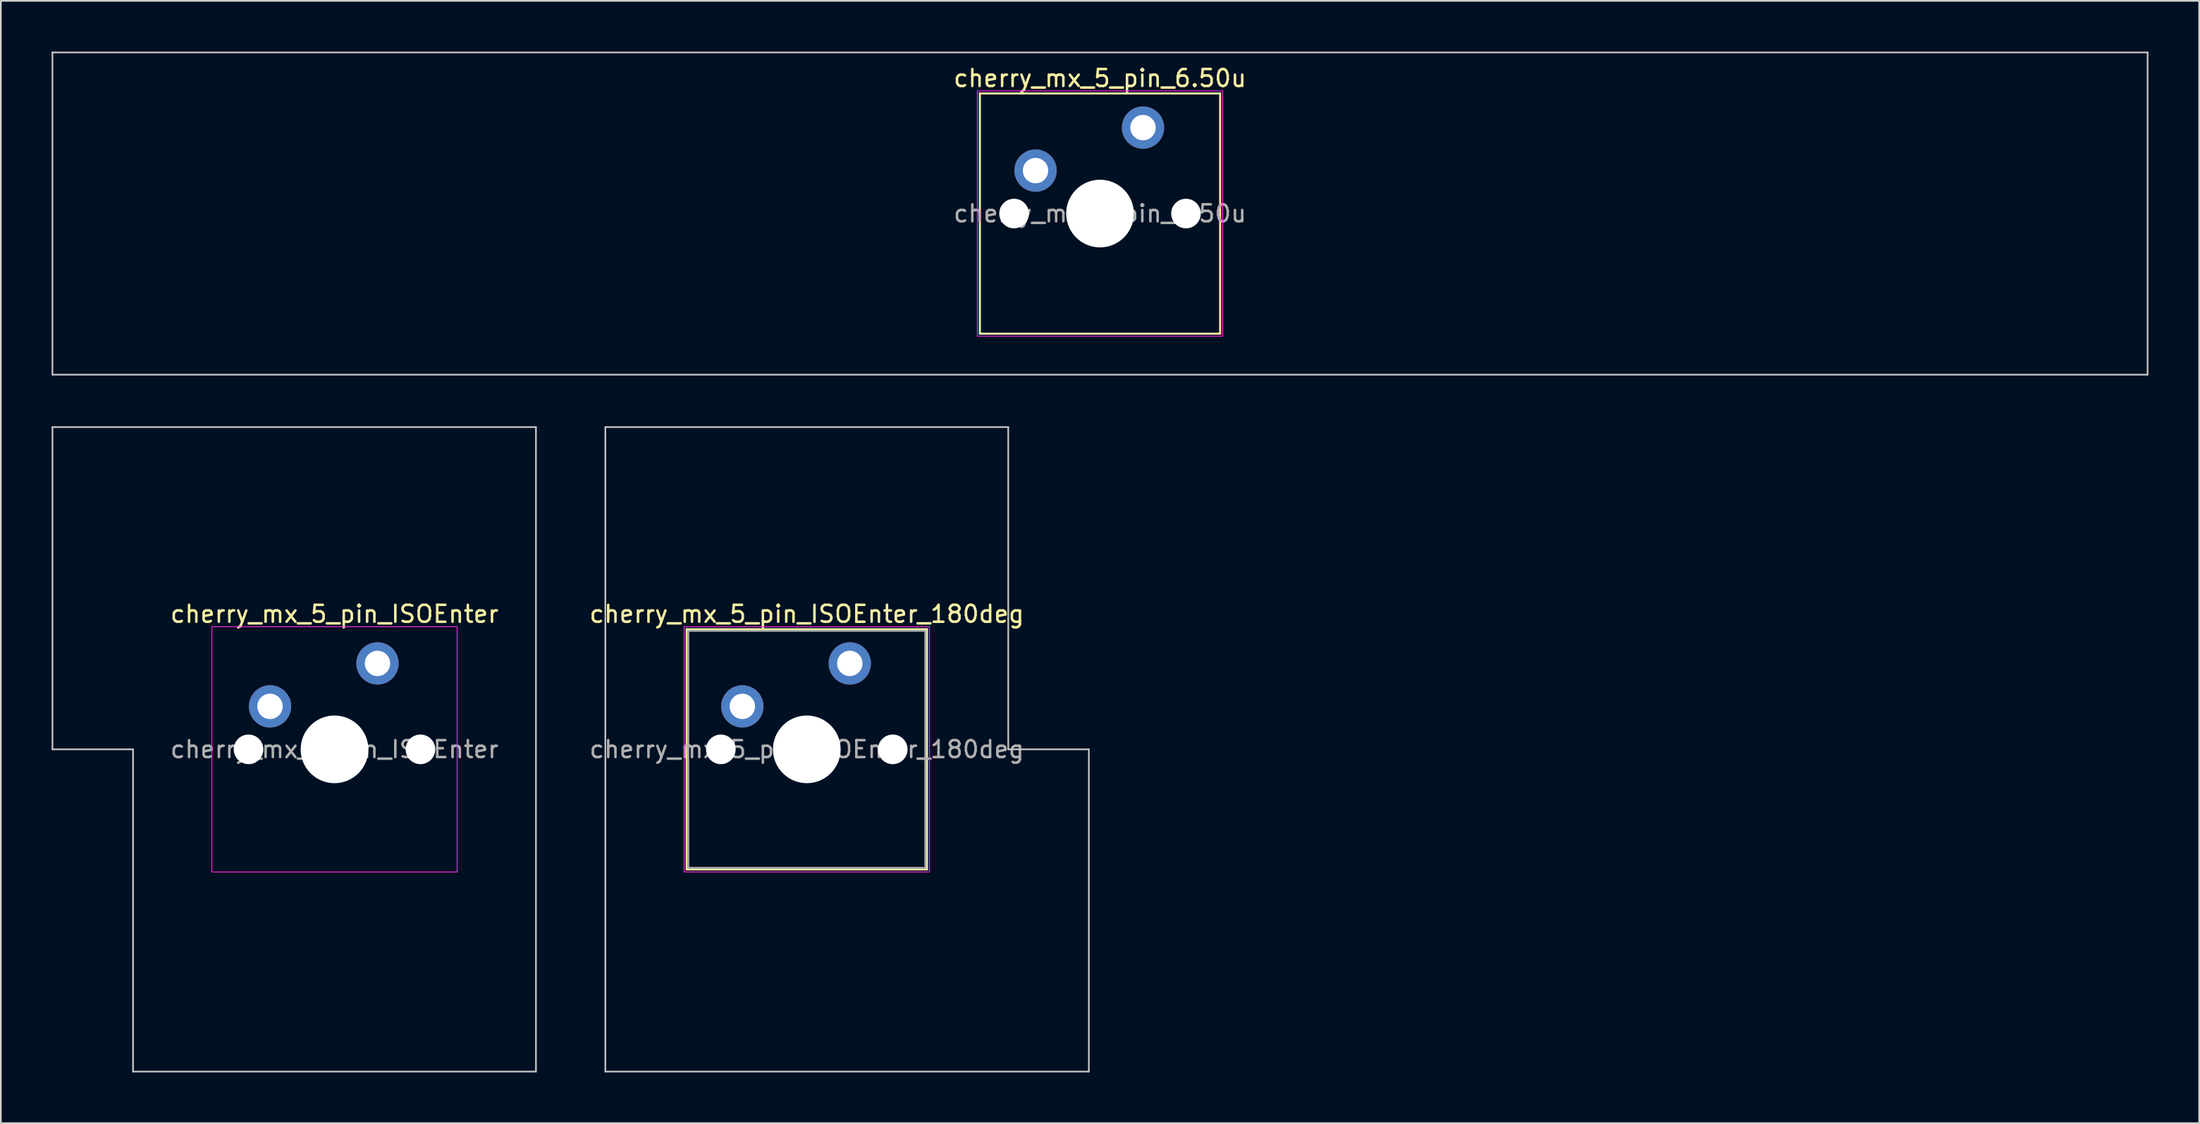
<source format=kicad_pcb>
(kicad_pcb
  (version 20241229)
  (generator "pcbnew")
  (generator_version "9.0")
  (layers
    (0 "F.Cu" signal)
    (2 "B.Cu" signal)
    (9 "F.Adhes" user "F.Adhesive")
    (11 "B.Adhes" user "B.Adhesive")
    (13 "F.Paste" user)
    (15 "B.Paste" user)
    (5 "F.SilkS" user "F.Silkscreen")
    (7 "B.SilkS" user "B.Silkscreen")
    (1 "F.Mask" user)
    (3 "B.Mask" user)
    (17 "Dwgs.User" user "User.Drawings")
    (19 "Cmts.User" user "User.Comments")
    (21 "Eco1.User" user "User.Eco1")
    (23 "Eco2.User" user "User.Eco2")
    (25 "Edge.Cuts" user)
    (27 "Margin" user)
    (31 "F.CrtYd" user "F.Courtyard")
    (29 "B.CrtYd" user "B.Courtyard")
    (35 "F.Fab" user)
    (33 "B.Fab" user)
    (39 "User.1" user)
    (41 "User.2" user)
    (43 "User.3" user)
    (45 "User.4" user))
  (footprint "cherry_mx_5_pin_6.50u"
    (layer "F.Cu")
    (at 61.962 9.575)
    (property "Reference" "cherry_mx_5_pin_6.50u" (at 0 -8 0) (layer "F.SilkS") (effects (font (size 1 1) (thickness 0.15))))
    (attr through_hole)
    (fp_line (start -7.1 -7.1) (end -7.1 7.1) (stroke (width 0.12) (type solid)) (layer "F.SilkS"))
    (fp_line (start -7.1 7.1) (end 7.1 7.1) (stroke (width 0.12) (type solid)) (layer "F.SilkS"))
    (fp_line (start 7.1 -7.1) (end -7.1 -7.1) (stroke (width 0.12) (type solid)) (layer "F.SilkS"))
    (fp_line (start 7.1 7.1) (end 7.1 -7.1) (stroke (width 0.12) (type solid)) (layer "F.SilkS"))
    (fp_line (start -61.913 -9.525) (end -61.913 9.525) (stroke (width 0.1) (type solid)) (layer "Dwgs.User"))
    (fp_line (start -61.913 9.525) (end 61.913 9.525) (stroke (width 0.1) (type solid)) (layer "Dwgs.User"))
    (fp_line (start 61.913 -9.525) (end -61.913 -9.525) (stroke (width 0.1) (type solid)) (layer "Dwgs.User"))
    (fp_line (start 61.913 9.525) (end 61.913 -9.525) (stroke (width 0.1) (type solid)) (layer "Dwgs.User"))
    (fp_line (start -7.25 -7.25) (end -7.25 7.25) (stroke (width 0.05) (type solid)) (layer "F.CrtYd"))
    (fp_line (start -7.25 7.25) (end 7.25 7.25) (stroke (width 0.05) (type solid)) (layer "F.CrtYd"))
    (fp_line (start 7.25 -7.25) (end -7.25 -7.25) (stroke (width 0.05) (type solid)) (layer "F.CrtYd"))
    (fp_line (start 7.25 7.25) (end 7.25 -7.25) (stroke (width 0.05) (type solid)) (layer "F.CrtYd"))
    (fp_text user "${REFERENCE}" (at 0 0 0) (layer "F.Fab") (effects (font (size 1 1) (thickness 0.15))))
    (pad "" np_thru_hole circle (at -5.08 0) (size 1.75 1.75) (drill 1.75) (layers "*.Cu" "*.Mask"))
    (pad "" smd circle (at -3.81 -2.54) (size 1.55 1.55) (layers "F.Mask"))
    (pad "" np_thru_hole circle (at 0 0) (size 4 4) (drill 4) (layers "*.Cu" "*.Mask"))
    (pad "" smd circle (at 2.54 -5.08) (size 1.55 1.55) (layers "F.Mask"))
    (pad "" np_thru_hole circle (at 5.08 0) (size 1.75 1.75) (drill 1.75) (layers "*.Cu" "*.Mask"))
    (pad "1" thru_hole circle (at -3.81 -2.54) (size 2.5 2.5) (drill 1.5) (layers "*.Cu" "B.Mask"))
    (pad "2" thru_hole circle (at 2.54 -5.08) (size 2.5 2.5) (drill 1.5) (layers "*.Cu" "B.Mask")))
  (footprint "cherry_mx_5_pin_ISOEnter_180deg"
    (layer "F.Cu")
    (at 44.633 41.25)
    (property "Reference" "cherry_mx_5_pin_ISOEnter_180deg" (at 0 -8 0) (layer "F.SilkS") (effects (font (size 1 1) (thickness 0.15))))
    (attr through_hole)
    (fp_line (start -7.1 -7.1) (end -7.1 7.1) (stroke (width 0.12) (type solid)) (layer "F.SilkS"))
    (fp_line (start -7.1 7.1) (end 7.1 7.1) (stroke (width 0.12) (type solid)) (layer "F.SilkS"))
    (fp_line (start 7.1 -7.1) (end -7.1 -7.1) (stroke (width 0.12) (type solid)) (layer "F.SilkS"))
    (fp_line (start 7.1 7.1) (end 7.1 -7.1) (stroke (width 0.12) (type solid)) (layer "F.SilkS"))
    (fp_line (start -11.906 -19.05) (end -11.906 19.05) (stroke (width 0.1) (type solid)) (layer "Dwgs.User"))
    (fp_line (start -11.906 19.05) (end 16.669 19.05) (stroke (width 0.1) (type solid)) (layer "Dwgs.User"))
    (fp_line (start 11.906 -19.05) (end -11.906 -19.05) (stroke (width 0.1) (type solid)) (layer "Dwgs.User"))
    (fp_line (start 11.906 0) (end 11.906 -19.05) (stroke (width 0.1) (type solid)) (layer "Dwgs.User"))
    (fp_line (start 16.669 0) (end 11.906 0) (stroke (width 0.1) (type solid)) (layer "Dwgs.User"))
    (fp_line (start 16.669 19.05) (end 16.669 0) (stroke (width 0.1) (type solid)) (layer "Dwgs.User"))
    (fp_line (start -7 -7) (end -7 7) (stroke (width 0.1) (type solid)) (layer "Eco1.User"))
    (fp_line (start -7 7) (end 7 7) (stroke (width 0.1) (type solid)) (layer "Eco1.User"))
    (fp_line (start 7 -7) (end -7 -7) (stroke (width 0.1) (type solid)) (layer "Eco1.User"))
    (fp_line (start 7 7) (end 7 -7) (stroke (width 0.1) (type solid)) (layer "Eco1.User"))
    (fp_line (start -7.25 -7.25) (end -7.25 7.25) (stroke (width 0.05) (type solid)) (layer "F.CrtYd"))
    (fp_line (start -7.25 7.25) (end 7.25 7.25) (stroke (width 0.05) (type solid)) (layer "F.CrtYd"))
    (fp_line (start 7.25 -7.25) (end -7.25 -7.25) (stroke (width 0.05) (type solid)) (layer "F.CrtYd"))
    (fp_line (start 7.25 7.25) (end 7.25 -7.25) (stroke (width 0.05) (type solid)) (layer "F.CrtYd"))
    (fp_line (start -7 -7) (end -7 7) (stroke (width 0.1) (type solid)) (layer "F.Fab"))
    (fp_line (start -7 7) (end 7 7) (stroke (width 0.1) (type solid)) (layer "F.Fab"))
    (fp_line (start 7 -7) (end -7 -7) (stroke (width 0.1) (type solid)) (layer "F.Fab"))
    (fp_line (start 7 7) (end 7 -7) (stroke (width 0.1) (type solid)) (layer "F.Fab"))
    (fp_text user "${REFERENCE}" (at 0 0 0) (layer "F.Fab") (effects (font (size 1 1) (thickness 0.15))))
    (pad "" np_thru_hole circle (at -5.08 0) (size 1.75 1.75) (drill 1.75) (layers "*.Cu" "*.Mask"))
    (pad "" smd circle (at -3.81 -2.54) (size 1.55 1.55) (layers "F.Mask"))
    (pad "" np_thru_hole circle (at 0 0) (size 4 4) (drill 4) (layers "*.Cu" "*.Mask"))
    (pad "" smd circle (at 2.54 -5.08) (size 1.55 1.55) (layers "F.Mask"))
    (pad "" np_thru_hole circle (at 5.08 0) (size 1.75 1.75) (drill 1.75) (layers "*.Cu" "*.Mask"))
    (pad "1" thru_hole circle (at -3.81 -2.54) (size 2.5 2.5) (drill 1.5) (layers "*.Cu" "B.Mask"))
    (pad "2" thru_hole circle (at 2.54 -5.08) (size 2.5 2.5) (drill 1.5) (layers "*.Cu" "B.Mask")))
  (footprint "cherry_mx_5_pin_ISOEnter"
    (layer "F.Cu")
    (at 16.719 41.25)
    (property "Reference" "cherry_mx_5_pin_ISOEnter" (at 0 -8 0) (layer "F.SilkS") (effects (font (size 1 1) (thickness 0.15))))
    (fp_line (start -16.669 -19.05) (end -16.669 0) (stroke (width 0.1) (type solid)) (layer "Dwgs.User"))
    (fp_line (start -16.669 0) (end -11.906 0) (stroke (width 0.1) (type solid)) (layer "Dwgs.User"))
    (fp_line (start -11.906 0) (end -11.906 19.05) (stroke (width 0.1) (type solid)) (layer "Dwgs.User"))
    (fp_line (start -11.906 19.05) (end 11.906 19.05) (stroke (width 0.1) (type solid)) (layer "Dwgs.User"))
    (fp_line (start 11.906 -19.05) (end -16.669 -19.05) (stroke (width 0.1) (type solid)) (layer "Dwgs.User"))
    (fp_line (start 11.906 19.05) (end 11.906 -19.05) (stroke (width 0.1) (type solid)) (layer "Dwgs.User"))
    (fp_line (start -7.25 -7.25) (end -7.25 7.25) (stroke (width 0.05) (type solid)) (layer "F.CrtYd"))
    (fp_line (start -7.25 7.25) (end 7.25 7.25) (stroke (width 0.05) (type solid)) (layer "F.CrtYd"))
    (fp_line (start 7.25 -7.25) (end -7.25 -7.25) (stroke (width 0.05) (type solid)) (layer "F.CrtYd"))
    (fp_line (start 7.25 7.25) (end 7.25 -7.25) (stroke (width 0.05) (type solid)) (layer "F.CrtYd"))
    (fp_text user "${REFERENCE}" (at 0 0 0) (layer "F.Fab") (effects (font (size 1 1) (thickness 0.15))))
    (pad "" np_thru_hole circle (at -5.08 0) (size 1.75 1.75) (drill 1.75) (layers "*.Cu" "*.Mask"))
    (pad "" smd circle (at -3.81 -2.54) (size 1.55 1.55) (layers "F.Mask"))
    (pad "" np_thru_hole circle (at 0 0) (size 4 4) (drill 4) (layers "*.Cu" "*.Mask"))
    (pad "" smd circle (at 2.54 -5.08) (size 1.55 1.55) (layers "F.Mask"))
    (pad "" np_thru_hole circle (at 5.08 0) (size 1.75 1.75) (drill 1.75) (layers "*.Cu" "*.Mask"))
    (pad "1" thru_hole circle (at -3.81 -2.54) (size 2.5 2.5) (drill 1.5) (layers "*.Cu" "B.Mask"))
    (pad "2" thru_hole circle (at 2.54 -5.08) (size 2.5 2.5) (drill 1.5) (layers "*.Cu" "B.Mask")))
  (gr_rect
    (start -3 -3)
    (end 126.925 63.35)
    (stroke (width 0.1) (type default))
    (fill no)
    (layer "Edge.Cuts")))
</source>
